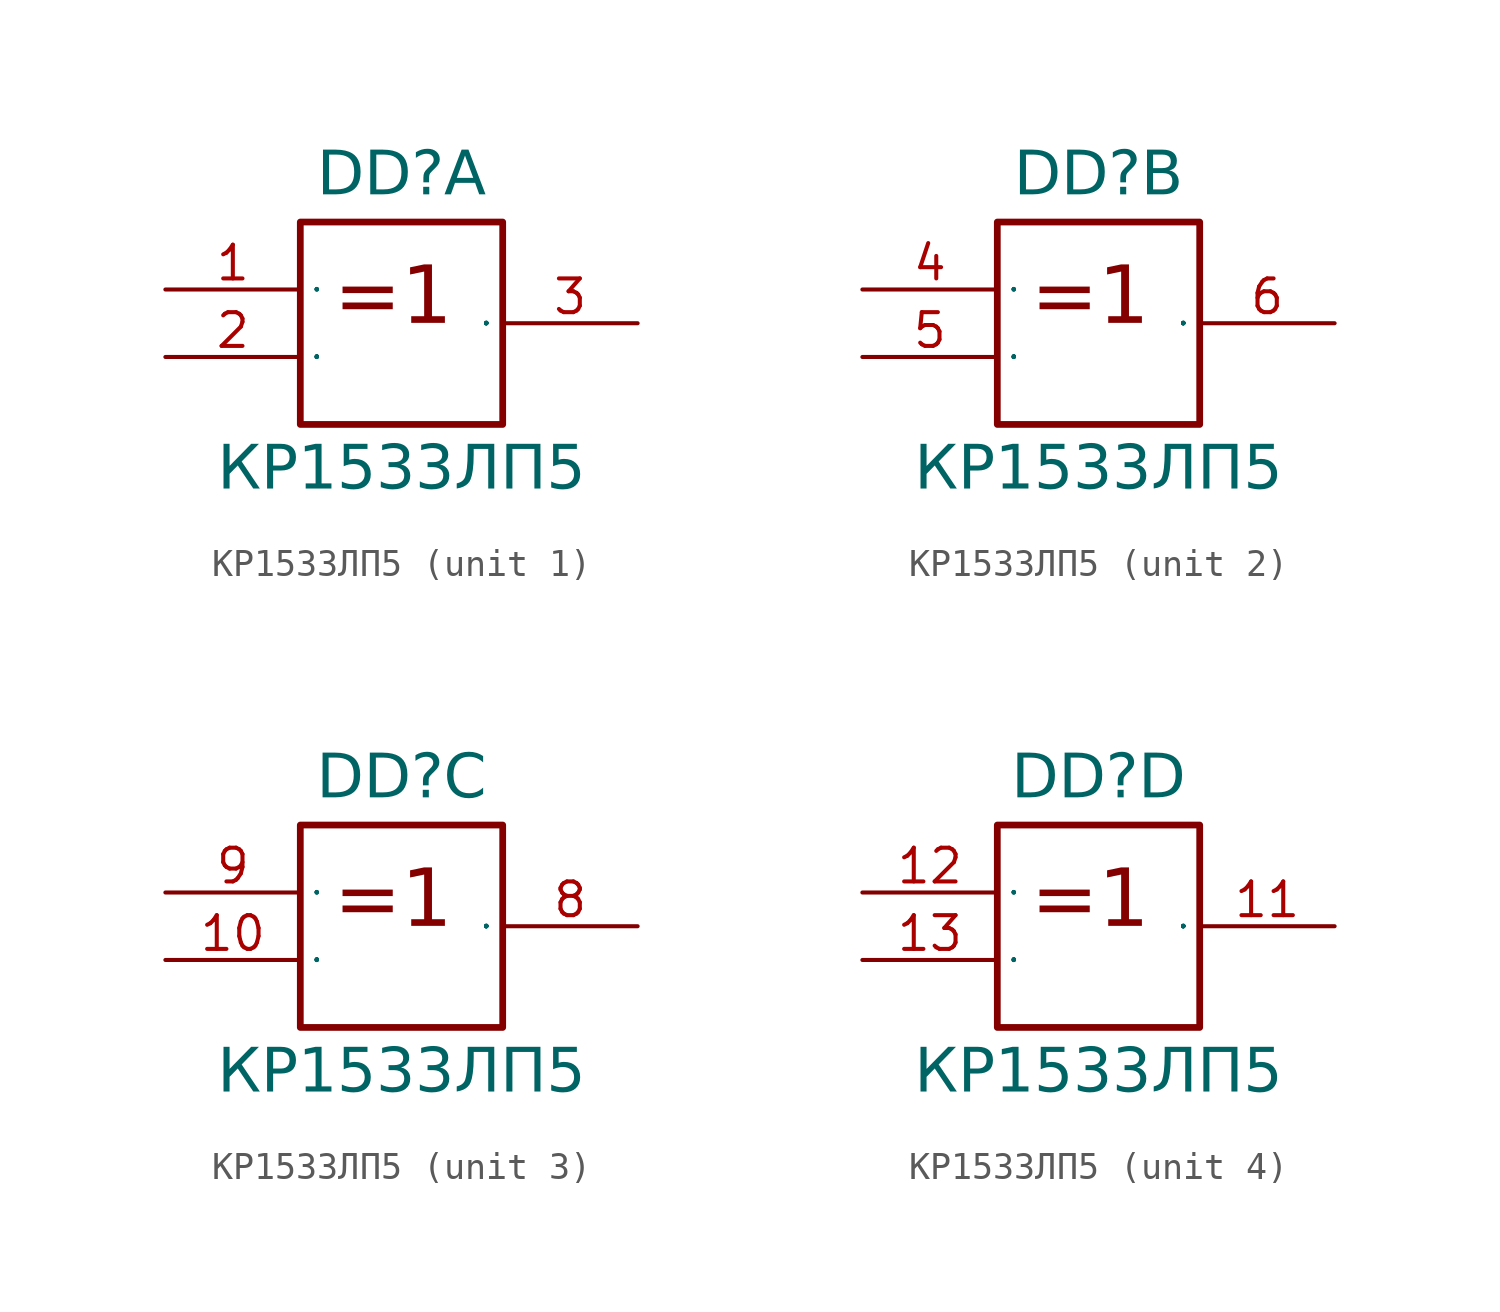
<source format=kicad_sym>
(kicad_symbol_lib
  (version 20241209)
  (generator "kicad_symbol_editor")
  (generator_version "9.0")
  (symbol "КР1533ЛП5"
    (property "Reference" "DD"
      (at 8.89 3.302 0)
      (do_not_autoplace)
      (effects (font (face "Input Sans Condensed") (size 1.651 1.651)) (justify bottom)))
    (property "Value" "КР1533ЛП5"
      (at 8.89 -5.842 0)
      (do_not_autoplace)
      (effects (font (face "Input Sans Condensed") (size 1.651 1.651)) (justify top)))
    (symbol "КР1533ЛП5_0_0"
      (rectangle (start 5.08 2.54) (end 12.7 -5.08) (stroke (width 0.254) (type solid)) (fill (type none))))
    (symbol "КР1533ЛП5_1_1"
      (text "=1" (at 6.35 0.902 0) (effects (font (face "Input Sans Condensed") (size 2.159 2.159)) (justify left top)))
      (pin input line (at 0 0 0) (length 5.08) (name "1" (effects (font (size 0.025 0.025)))) (number "1" (effects (font (size 1.27 1.27)))))
      (pin input line (at 0 -2.54 0) (length 5.08) (name "2" (effects (font (size 0.025 0.025)))) (number "2" (effects (font (size 1.27 1.27)))))
      (pin power_in line (at 15.24 1.27 180) (length 2.54) (hide yes) (name "VCC" (effects (font (size 0.635 0.635)))) (number "14" (effects (font (size 0.635 0.635)))))
      (pin power_in line (at 15.24 -3.81 180) (length 2.54) (hide yes) (name "GND" (effects (font (size 0.635 0.635)))) (number "7" (effects (font (size 0.635 0.635)))))
      (pin output line (at 17.78 -1.27 180) (length 5.08) (name "3" (effects (font (size 0.025 0.025)))) (number "3" (effects (font (size 1.27 1.27))))))
    (symbol "КР1533ЛП5_2_1"
      (text "=1" (at 6.35 0.902 0) (effects (font (face "Input Sans Condensed") (size 2.159 2.159)) (justify left top)))
      (pin input line (at 0 0 0) (length 5.08) (name "1" (effects (font (size 0.025 0.025)))) (number "4" (effects (font (size 1.27 1.27)))))
      (pin input line (at 0 -2.54 0) (length 5.08) (name "2" (effects (font (size 0.025 0.025)))) (number "5" (effects (font (size 1.27 1.27)))))
      (pin output line (at 17.78 -1.27 180) (length 5.08) (name "3" (effects (font (size 0.025 0.025)))) (number "6" (effects (font (size 1.27 1.27))))))
    (symbol "КР1533ЛП5_3_1"
      (text "=1" (at 6.35 0.902 0) (effects (font (face "Input Sans Condensed") (size 2.159 2.159)) (justify left top)))
      (pin input line (at 0 0 0) (length 5.08) (name "1" (effects (font (size 0.025 0.025)))) (number "9" (effects (font (size 1.27 1.27)))))
      (pin input line (at 0 -2.54 0) (length 5.08) (name "2" (effects (font (size 0.025 0.025)))) (number "10" (effects (font (size 1.27 1.27)))))
      (pin output line (at 17.78 -1.27 180) (length 5.08) (name "3" (effects (font (size 0.025 0.025)))) (number "8" (effects (font (size 1.27 1.27))))))
    (symbol "КР1533ЛП5_4_1"
      (text "=1" (at 6.35 0.902 0) (effects (font (face "Input Sans Condensed") (size 2.159 2.159)) (justify left top)))
      (pin input line (at 0 0 0) (length 5.08) (name "1" (effects (font (size 0.025 0.025)))) (number "12" (effects (font (size 1.27 1.27)))))
      (pin input line (at 0 -2.54 0) (length 5.08) (name "2" (effects (font (size 0.025 0.025)))) (number "13" (effects (font (size 1.27 1.27)))))
      (pin output line (at 17.78 -1.27 180) (length 5.08) (name "3" (effects (font (size 0.025 0.025)))) (number "11" (effects (font (size 1.27 1.27))))))))
</source>
